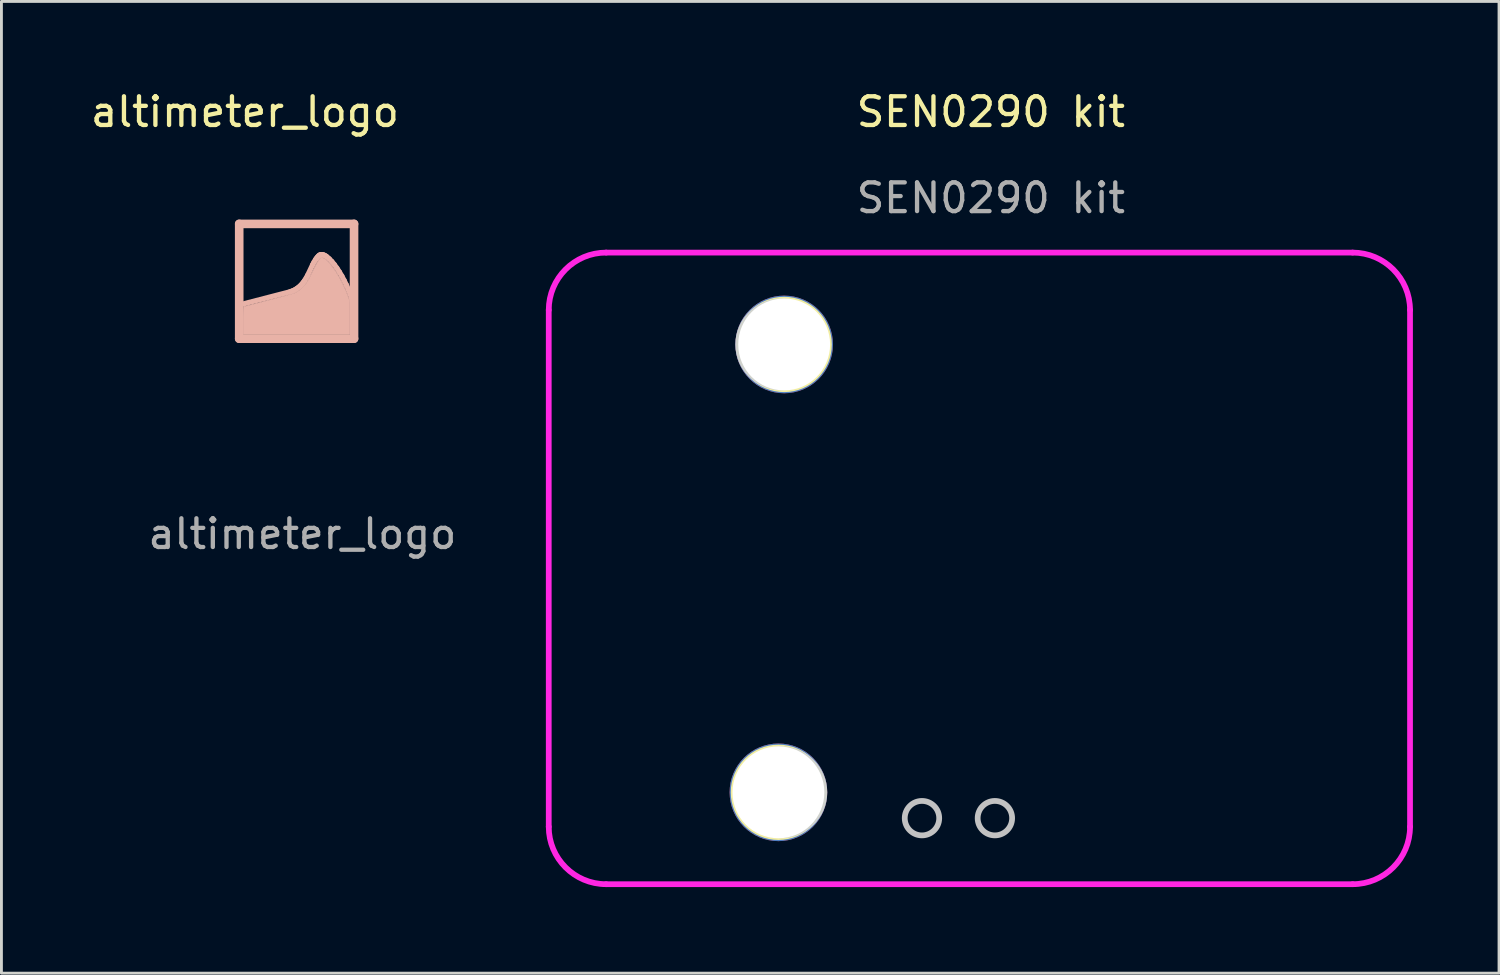
<source format=kicad_pcb>
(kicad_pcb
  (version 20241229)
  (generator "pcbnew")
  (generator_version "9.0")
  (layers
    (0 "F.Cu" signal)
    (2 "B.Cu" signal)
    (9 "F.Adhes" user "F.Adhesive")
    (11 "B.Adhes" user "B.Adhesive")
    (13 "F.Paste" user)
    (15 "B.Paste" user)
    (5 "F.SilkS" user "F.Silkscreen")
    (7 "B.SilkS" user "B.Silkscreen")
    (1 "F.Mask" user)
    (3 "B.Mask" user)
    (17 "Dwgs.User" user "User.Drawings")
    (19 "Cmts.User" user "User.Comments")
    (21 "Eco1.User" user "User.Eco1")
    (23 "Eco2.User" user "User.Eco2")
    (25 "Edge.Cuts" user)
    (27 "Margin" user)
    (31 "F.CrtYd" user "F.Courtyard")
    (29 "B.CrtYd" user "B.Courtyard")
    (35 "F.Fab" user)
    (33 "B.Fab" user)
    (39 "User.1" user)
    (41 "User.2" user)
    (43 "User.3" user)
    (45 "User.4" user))
  (footprint "SEN0290 kit"
    (layer "F.Cu")
    (at 31.064 16.748)
    (property "Reference" "SEN0290 kit" (at 0.4 -15.9 0) (unlocked yes) (layer "F.SilkS") (effects (font (size 1 1) (thickness 0.15))))
    (attr smd)
    (fp_circle (center -7 7.8) (end -5.4 7.8) (stroke (width 0.12) (type solid)) (fill no) (layer "F.SilkS"))
    (fp_circle (center -6.8 -7.8) (end -5.2 -7.8) (stroke (width 0.12) (type solid)) (fill no) (layer "F.SilkS"))
    (fp_circle (center -2 8.7) (end -1.4 8.7) (stroke (width 0.2) (type solid)) (fill no) (layer "Dwgs.User"))
    (fp_circle (center 0.54 8.7) (end 1.14 8.7) (stroke (width 0.2) (type solid)) (fill no) (layer "Dwgs.User"))
    (fp_circle (center -6.9 -7.8) (end -6.9 -9.3) (stroke (width 0.2) (type solid)) (fill no) (layer "Edge.Cuts"))
    (fp_circle (center -6.9 7.8) (end -6.9 6.3) (stroke (width 0.2) (type solid)) (fill no) (layer "Edge.Cuts"))
    (fp_line (start -15 9) (end -15 -9) (stroke (width 0.2) (type solid)) (layer "F.CrtYd"))
    (fp_line (start -13 -11) (end 13 -11) (stroke (width 0.2) (type solid)) (layer "F.CrtYd"))
    (fp_line (start -13 11) (end 13 11) (stroke (width 0.2) (type solid)) (layer "F.CrtYd"))
    (fp_line (start 15 9) (end 15 -9) (stroke (width 0.2) (type solid)) (layer "F.CrtYd"))
    (fp_arc (start -15 -9) (mid -14.414214 -10.414214) (end -13 -11) (stroke (width 0.2) (type solid)) (layer "F.CrtYd"))
    (fp_arc (start -13 11) (mid -14.414214 10.414214) (end -15 9) (stroke (width 0.2) (type solid)) (layer "F.CrtYd"))
    (fp_arc (start 13 -11) (mid 14.414214 -10.414214) (end 15 -9) (stroke (width 0.2) (type solid)) (layer "F.CrtYd"))
    (fp_arc (start 15 9) (mid 14.414214 10.414214) (end 13 11) (stroke (width 0.2) (type solid)) (layer "F.CrtYd"))
    (fp_text user "${REFERENCE}" (at 0.4 -12.9 0) (unlocked yes) (layer "F.Fab") (effects (font (size 1 1) (thickness 0.15))))
    (pad "" thru_hole oval (at -7 7.8 90) (size 3.4 3.4) (drill 3.2) (layers "*.Cu" "*.Mask"))
    (pad "" thru_hole oval (at -6.8 -7.8 90) (size 3.4 3.4) (drill 3.2) (layers "*.Cu" "*.Mask")))
  (footprint "altimeter_logo"
    (layer "F.Cu")
    (at 7.182 6.748)
    (property "Reference" "altimeter_logo" (at -1.7 -5.9 0) (unlocked yes) (layer "F.SilkS") (effects (font (size 1 1) (thickness 0.15))))
    (fp_line (start -1.9 -2) (end -1.9 2) (stroke (width 0.3) (type solid)) (layer "B.SilkS"))
    (fp_line (start -1.9 2) (end 2.1 2) (stroke (width 0.3) (type solid)) (layer "B.SilkS"))
    (fp_line (start -0.133 0.367) (end -1.914 0.828) (stroke (width 0.182) (type solid)) (layer "B.SilkS"))
    (fp_line (start -0.073 0.347) (end -0.133 0.367) (stroke (width 0.182) (type solid)) (layer "B.SilkS"))
    (fp_line (start -0.017 0.323) (end -0.073 0.347) (stroke (width 0.182) (type solid)) (layer "B.SilkS"))
    (fp_line (start 0.035 0.298) (end -0.017 0.323) (stroke (width 0.182) (type solid)) (layer "B.SilkS"))
    (fp_line (start 0.084 0.269) (end 0.035 0.298) (stroke (width 0.182) (type solid)) (layer "B.SilkS"))
    (fp_line (start 0.13 0.238) (end 0.084 0.269) (stroke (width 0.182) (type solid)) (layer "B.SilkS"))
    (fp_line (start 0.173 0.206) (end 0.13 0.238) (stroke (width 0.182) (type solid)) (layer "B.SilkS"))
    (fp_line (start 0.214 0.171) (end 0.173 0.206) (stroke (width 0.182) (type solid)) (layer "B.SilkS"))
    (fp_line (start 0.251 0.134) (end 0.214 0.171) (stroke (width 0.182) (type solid)) (layer "B.SilkS"))
    (fp_line (start 0.287 0.096) (end 0.251 0.134) (stroke (width 0.182) (type solid)) (layer "B.SilkS"))
    (fp_line (start 0.32 0.056) (end 0.287 0.096) (stroke (width 0.182) (type solid)) (layer "B.SilkS"))
    (fp_line (start 0.351 0.014) (end 0.32 0.056) (stroke (width 0.182) (type solid)) (layer "B.SilkS"))
    (fp_line (start 0.38 -0.028) (end 0.351 0.014) (stroke (width 0.182) (type solid)) (layer "B.SilkS"))
    (fp_line (start 0.434 -0.116) (end 0.38 -0.028) (stroke (width 0.182) (type solid)) (layer "B.SilkS"))
    (fp_line (start 0.483 -0.207) (end 0.434 -0.116) (stroke (width 0.182) (type solid)) (layer "B.SilkS"))
    (fp_line (start 0.658 -0.577) (end 0.483 -0.207) (stroke (width 0.182) (type solid)) (layer "B.SilkS"))
    (fp_line (start 0.704 -0.664) (end 0.658 -0.577) (stroke (width 0.182) (type solid)) (layer "B.SilkS"))
    (fp_line (start 0.755 -0.747) (end 0.704 -0.664) (stroke (width 0.182) (type solid)) (layer "B.SilkS"))
    (fp_line (start 0.782 -0.786) (end 0.755 -0.747) (stroke (width 0.182) (type solid)) (layer "B.SilkS"))
    (fp_line (start 0.811 -0.824) (end 0.782 -0.786) (stroke (width 0.182) (type solid)) (layer "B.SilkS"))
    (fp_line (start 0.841 -0.86) (end 0.811 -0.824) (stroke (width 0.182) (type solid)) (layer "B.SilkS"))
    (fp_line (start 0.874 -0.894) (end 0.841 -0.86) (stroke (width 0.182) (type solid)) (layer "B.SilkS"))
    (fp_line (start 0.902 -0.914) (end 0.874 -0.894) (stroke (width 0.182) (type solid)) (layer "B.SilkS"))
    (fp_line (start 0.932 -0.926) (end 0.902 -0.914) (stroke (width 0.182) (type solid)) (layer "B.SilkS"))
    (fp_line (start 0.965 -0.93) (end 0.932 -0.926) (stroke (width 0.182) (type solid)) (layer "B.SilkS"))
    (fp_line (start 0.999 -0.928) (end 0.965 -0.93) (stroke (width 0.182) (type solid)) (layer "B.SilkS"))
    (fp_line (start 1.036 -0.918) (end 0.999 -0.928) (stroke (width 0.182) (type solid)) (layer "B.SilkS"))
    (fp_line (start 1.073 -0.903) (end 1.036 -0.918) (stroke (width 0.182) (type solid)) (layer "B.SilkS"))
    (fp_line (start 1.113 -0.881) (end 1.073 -0.903) (stroke (width 0.182) (type solid)) (layer "B.SilkS"))
    (fp_line (start 1.153 -0.853) (end 1.113 -0.881) (stroke (width 0.182) (type solid)) (layer "B.SilkS"))
    (fp_line (start 1.237 -0.781) (end 1.153 -0.853) (stroke (width 0.182) (type solid)) (layer "B.SilkS"))
    (fp_line (start 1.324 -0.69) (end 1.237 -0.781) (stroke (width 0.182) (type solid)) (layer "B.SilkS"))
    (fp_line (start 1.413 -0.581) (end 1.324 -0.69) (stroke (width 0.182) (type solid)) (layer "B.SilkS"))
    (fp_line (start 1.502 -0.458) (end 1.413 -0.581) (stroke (width 0.182) (type solid)) (layer "B.SilkS"))
    (fp_line (start 1.59 -0.323) (end 1.502 -0.458) (stroke (width 0.182) (type solid)) (layer "B.SilkS"))
    (fp_line (start 1.676 -0.178) (end 1.59 -0.323) (stroke (width 0.182) (type solid)) (layer "B.SilkS"))
    (fp_line (start 1.757 -0.025) (end 1.676 -0.178) (stroke (width 0.182) (type solid)) (layer "B.SilkS"))
    (fp_line (start 1.834 0.132) (end 1.757 -0.025) (stroke (width 0.182) (type solid)) (layer "B.SilkS"))
    (fp_line (start 1.904 0.291) (end 1.834 0.132) (stroke (width 0.182) (type solid)) (layer "B.SilkS"))
    (fp_line (start 1.966 0.45) (end 1.904 0.291) (stroke (width 0.182) (type solid)) (layer "B.SilkS"))
    (fp_line (start 2.019 0.606) (end 1.966 0.45) (stroke (width 0.182) (type solid)) (layer "B.SilkS"))
    (fp_line (start 2.062 0.757) (end 2.019 0.606) (stroke (width 0.182) (type solid)) (layer "B.SilkS"))
    (fp_line (start 2.1 -2) (end -1.9 -2) (stroke (width 0.3) (type solid)) (layer "B.SilkS"))
    (fp_line (start 2.1 2) (end 2.1 -2) (stroke (width 0.3) (type solid)) (layer "B.SilkS"))
    (fp_poly (pts (xy 0.969 -0.831) (xy 0.978 -0.83) (xy 0.988 -0.827) (xy 0.999 -0.824) (xy 1.011 -0.819) (xy 1.023 -0.813) (xy 1.037 -0.806) (xy 1.051 -0.798) (xy 1.065 -0.789) (xy 1.08 -0.779) (xy 1.095 -0.768) (xy 1.11 -0.757) (xy 1.126 -0.744) (xy 1.141 -0.731) (xy 1.156 -0.718) (xy 1.204 -0.671) (xy 1.253 -0.617) (xy 1.303 -0.557) (xy 1.354 -0.491) (xy 1.405 -0.42) (xy 1.457 -0.344) (xy 1.508 -0.263) (xy 1.558 -0.179) (xy 1.607 -0.092) (xy 1.655 -0.003) (xy 1.702 0.089) (xy 1.746 0.181) (xy 1.788 0.275) (xy 1.828 0.368) (xy 1.864 0.461) (xy 1.897 0.553) (xy 1.94 0.676) (xy 1.94 1.846) (xy -1.749 1.846) (xy -1.749 1.365) (xy -1.748 1.178) (xy -1.746 1.025) (xy -1.745 0.966) (xy -1.743 0.921) (xy -1.742 0.893) (xy -1.741 0.886) (xy -1.74 0.883) (xy -1.466 0.816) (xy -0.89 0.665) (xy -0.307 0.51) (xy -0.013 0.427) (xy 0.022 0.413) (xy 0.056 0.397) (xy 0.09 0.379) (xy 0.123 0.359) (xy 0.156 0.338) (xy 0.188 0.316) (xy 0.22 0.292) (xy 0.251 0.267) (xy 0.281 0.24) (xy 0.31 0.212) (xy 0.339 0.183) (xy 0.366 0.153) (xy 0.393 0.121) (xy 0.418 0.089) (xy 0.443 0.055) (xy 0.466 0.021) (xy 0.481 -0.004) (xy 0.501 -0.039) (xy 0.551 -0.132) (xy 0.609 -0.244) (xy 0.669 -0.365) (xy 0.693 -0.414) (xy 0.717 -0.461) (xy 0.74 -0.506) (xy 0.762 -0.548) (xy 0.784 -0.588) (xy 0.805 -0.625) (xy 0.825 -0.659) (xy 0.844 -0.691) (xy 0.862 -0.72) (xy 0.879 -0.745) (xy 0.895 -0.768) (xy 0.909 -0.787) (xy 0.923 -0.803) (xy 0.935 -0.815) (xy 0.94 -0.82) (xy 0.945 -0.824) (xy 0.95 -0.827) (xy 0.955 -0.829) (xy 0.958 -0.83) (xy 0.961 -0.831) (xy 0.965 -0.831)) (stroke (width 0.031) (type solid)) (fill yes) (layer "B.SilkS"))
    (fp_text user "${REFERENCE}" (at 0.3 8.8 0) (unlocked yes) (layer "F.Fab") (effects (font (size 1 1) (thickness 0.15)))))
  (gr_rect
    (start -3 -3)
    (end 49.164 30.848)
    (stroke (width 0.1) (type default))
    (fill no)
    (layer "Edge.Cuts")))
</source>
